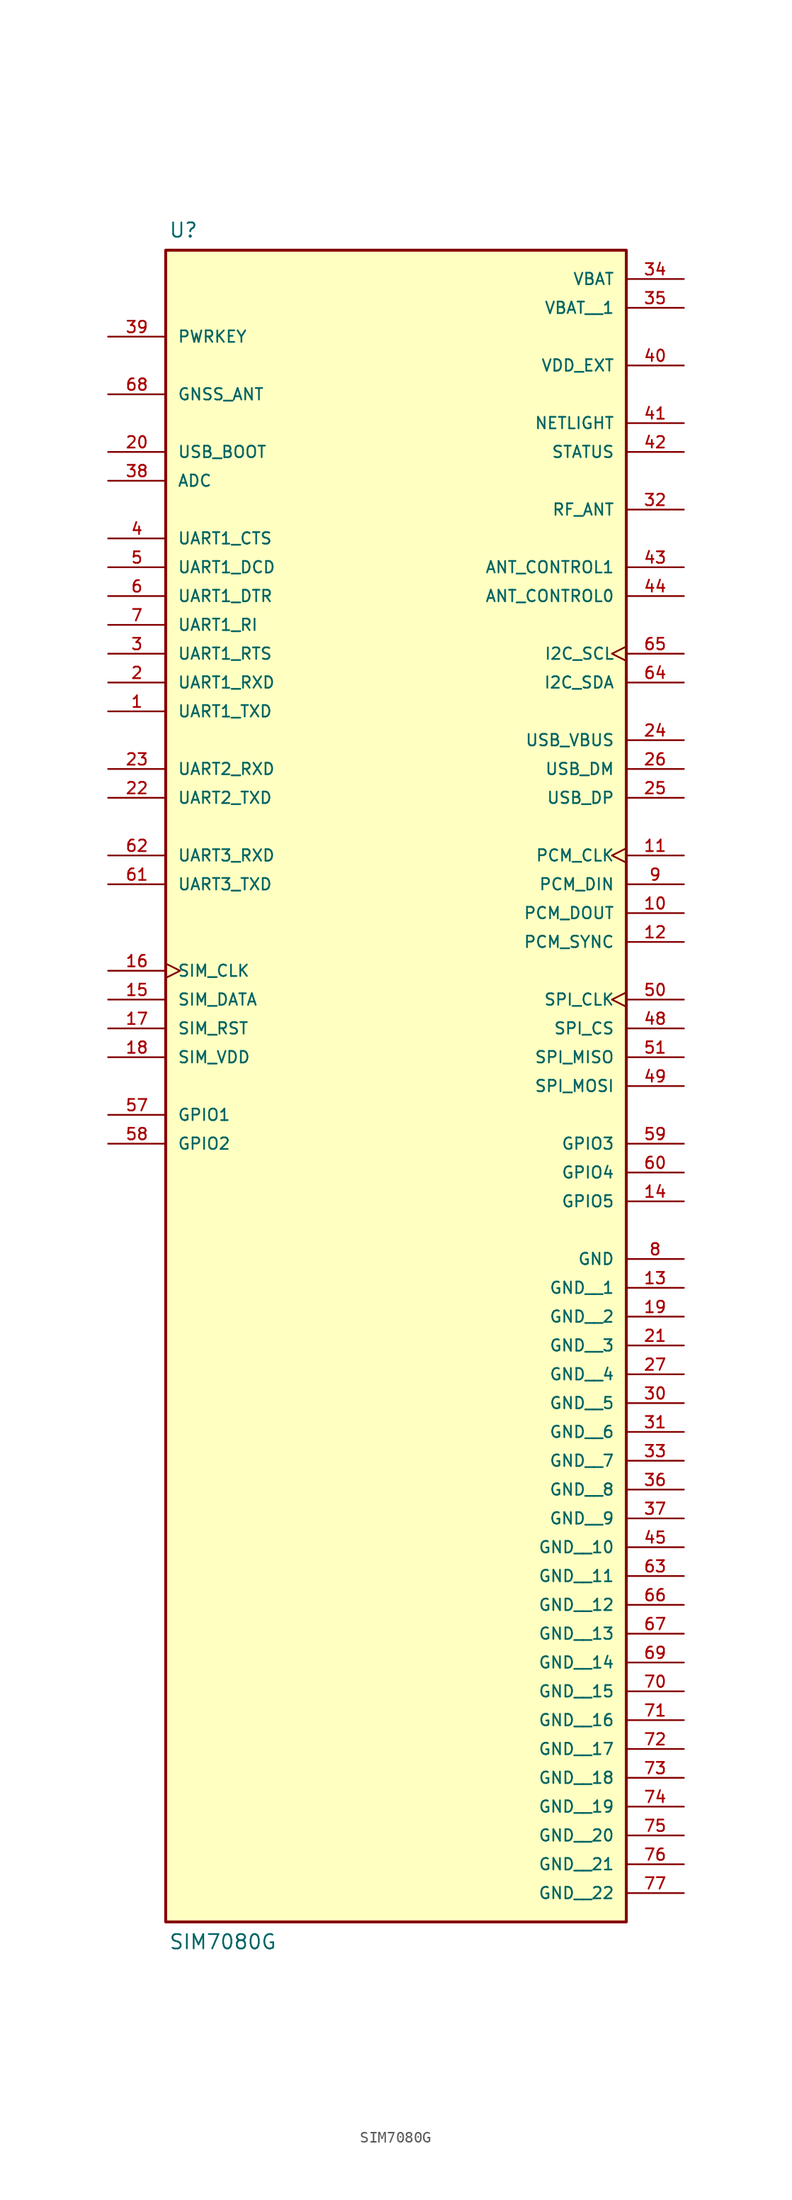
<source format=kicad_sym>
(kicad_symbol_lib
  (version 20231120)
  (generator "kicad_symbol_editor")
  (generator_version "8.0")
  (symbol "SIM7080G"
    (pin_names
      (offset 1.016))
    (property "Reference" "U"
      (at -20.066 44.196 0)
      (effects (font (size 1.27 1.27)) (justify left bottom)))
    (property "Value" "SIM7080G"
      (at -20.066 -105.156 0)
      (effects (font (size 1.27 1.27)) (justify left top)))
    (symbol "SIM7080G_0_0"
      (rectangle (start -20.32 -104.14) (end 20.32 43.18) (stroke (width 0.254) (type default)) (fill (type background)))
      (pin output line (at -25.4 2.54 0) (length 5.08) (name "UART1_TXD" (effects (font (size 1.016 1.016)))) (number "1" (effects (font (size 1.016 1.016)))))
      (pin output line (at 25.4 -15.24 180) (length 5.08) (name "PCM_DOUT" (effects (font (size 1.016 1.016)))) (number "10" (effects (font (size 1.016 1.016)))))
      (pin output clock (at 25.4 -10.16 180) (length 5.08) (name "PCM_CLK" (effects (font (size 1.016 1.016)))) (number "11" (effects (font (size 1.016 1.016)))))
      (pin output line (at 25.4 -17.78 180) (length 5.08) (name "PCM_SYNC" (effects (font (size 1.016 1.016)))) (number "12" (effects (font (size 1.016 1.016)))))
      (pin power_in line (at 25.4 -48.26 180) (length 5.08) (name "GND__1" (effects (font (size 1.016 1.016)))) (number "13" (effects (font (size 1.016 1.016)))))
      (pin bidirectional line (at 25.4 -40.64 180) (length 5.08) (name "GPIO5" (effects (font (size 1.016 1.016)))) (number "14" (effects (font (size 1.016 1.016)))))
      (pin bidirectional line (at -25.4 -22.86 0) (length 5.08) (name "SIM_DATA" (effects (font (size 1.016 1.016)))) (number "15" (effects (font (size 1.016 1.016)))))
      (pin output clock (at -25.4 -20.32 0) (length 5.08) (name "SIM_CLK" (effects (font (size 1.016 1.016)))) (number "16" (effects (font (size 1.016 1.016)))))
      (pin output line (at -25.4 -25.4 0) (length 5.08) (name "SIM_RST" (effects (font (size 1.016 1.016)))) (number "17" (effects (font (size 1.016 1.016)))))
      (pin power_out line (at -25.4 -27.94 0) (length 5.08) (name "SIM_VDD" (effects (font (size 1.016 1.016)))) (number "18" (effects (font (size 1.016 1.016)))))
      (pin power_in line (at 25.4 -50.8 180) (length 5.08) (name "GND__2" (effects (font (size 1.016 1.016)))) (number "19" (effects (font (size 1.016 1.016)))))
      (pin input line (at -25.4 5.08 0) (length 5.08) (name "UART1_RXD" (effects (font (size 1.016 1.016)))) (number "2" (effects (font (size 1.016 1.016)))))
      (pin input line (at -25.4 25.4 0) (length 5.08) (name "USB_BOOT" (effects (font (size 1.016 1.016)))) (number "20" (effects (font (size 1.016 1.016)))))
      (pin power_in line (at 25.4 -53.34 180) (length 5.08) (name "GND__3" (effects (font (size 1.016 1.016)))) (number "21" (effects (font (size 1.016 1.016)))))
      (pin output line (at -25.4 -5.08 0) (length 5.08) (name "UART2_TXD" (effects (font (size 1.016 1.016)))) (number "22" (effects (font (size 1.016 1.016)))))
      (pin input line (at -25.4 -2.54 0) (length 5.08) (name "UART2_RXD" (effects (font (size 1.016 1.016)))) (number "23" (effects (font (size 1.016 1.016)))))
      (pin input line (at 25.4 0 180) (length 5.08) (name "USB_VBUS" (effects (font (size 1.016 1.016)))) (number "24" (effects (font (size 1.016 1.016)))))
      (pin bidirectional line (at 25.4 -5.08 180) (length 5.08) (name "USB_DP" (effects (font (size 1.016 1.016)))) (number "25" (effects (font (size 1.016 1.016)))))
      (pin bidirectional line (at 25.4 -2.54 180) (length 5.08) (name "USB_DM" (effects (font (size 1.016 1.016)))) (number "26" (effects (font (size 1.016 1.016)))))
      (pin power_in line (at 25.4 -55.88 180) (length 5.08) (name "GND__4" (effects (font (size 1.016 1.016)))) (number "27" (effects (font (size 1.016 1.016)))))
      (pin input line (at -25.4 7.62 0) (length 5.08) (name "UART1_RTS" (effects (font (size 1.016 1.016)))) (number "3" (effects (font (size 1.016 1.016)))))
      (pin power_in line (at 25.4 -58.42 180) (length 5.08) (name "GND__5" (effects (font (size 1.016 1.016)))) (number "30" (effects (font (size 1.016 1.016)))))
      (pin power_in line (at 25.4 -60.96 180) (length 5.08) (name "GND__6" (effects (font (size 1.016 1.016)))) (number "31" (effects (font (size 1.016 1.016)))))
      (pin bidirectional line (at 25.4 20.32 180) (length 5.08) (name "RF_ANT" (effects (font (size 1.016 1.016)))) (number "32" (effects (font (size 1.016 1.016)))))
      (pin power_in line (at 25.4 -63.5 180) (length 5.08) (name "GND__7" (effects (font (size 1.016 1.016)))) (number "33" (effects (font (size 1.016 1.016)))))
      (pin power_in line (at 25.4 40.64 180) (length 5.08) (name "VBAT" (effects (font (size 1.016 1.016)))) (number "34" (effects (font (size 1.016 1.016)))))
      (pin power_in line (at 25.4 38.1 180) (length 5.08) (name "VBAT__1" (effects (font (size 1.016 1.016)))) (number "35" (effects (font (size 1.016 1.016)))))
      (pin power_in line (at 25.4 -66.04 180) (length 5.08) (name "GND__8" (effects (font (size 1.016 1.016)))) (number "36" (effects (font (size 1.016 1.016)))))
      (pin power_in line (at 25.4 -68.58 180) (length 5.08) (name "GND__9" (effects (font (size 1.016 1.016)))) (number "37" (effects (font (size 1.016 1.016)))))
      (pin input line (at -25.4 22.86 0) (length 5.08) (name "ADC" (effects (font (size 1.016 1.016)))) (number "38" (effects (font (size 1.016 1.016)))))
      (pin input line (at -25.4 35.56 0) (length 5.08) (name "PWRKEY" (effects (font (size 1.016 1.016)))) (number "39" (effects (font (size 1.016 1.016)))))
      (pin output line (at -25.4 17.78 0) (length 5.08) (name "UART1_CTS" (effects (font (size 1.016 1.016)))) (number "4" (effects (font (size 1.016 1.016)))))
      (pin output line (at 25.4 33.02 180) (length 5.08) (name "VDD_EXT" (effects (font (size 1.016 1.016)))) (number "40" (effects (font (size 1.016 1.016)))))
      (pin output line (at 25.4 27.94 180) (length 5.08) (name "NETLIGHT" (effects (font (size 1.016 1.016)))) (number "41" (effects (font (size 1.016 1.016)))))
      (pin output line (at 25.4 25.4 180) (length 5.08) (name "STATUS" (effects (font (size 1.016 1.016)))) (number "42" (effects (font (size 1.016 1.016)))))
      (pin bidirectional line (at 25.4 15.24 180) (length 5.08) (name "ANT_CONTROL1" (effects (font (size 1.016 1.016)))) (number "43" (effects (font (size 1.016 1.016)))))
      (pin output line (at 25.4 12.7 180) (length 5.08) (name "ANT_CONTROL0" (effects (font (size 1.016 1.016)))) (number "44" (effects (font (size 1.016 1.016)))))
      (pin power_in line (at 25.4 -71.12 180) (length 5.08) (name "GND__10" (effects (font (size 1.016 1.016)))) (number "45" (effects (font (size 1.016 1.016)))))
      (pin output line (at 25.4 -25.4 180) (length 5.08) (name "SPI_CS" (effects (font (size 1.016 1.016)))) (number "48" (effects (font (size 1.016 1.016)))))
      (pin output line (at 25.4 -30.48 180) (length 5.08) (name "SPI_MOSI" (effects (font (size 1.016 1.016)))) (number "49" (effects (font (size 1.016 1.016)))))
      (pin output line (at -25.4 15.24 0) (length 5.08) (name "UART1_DCD" (effects (font (size 1.016 1.016)))) (number "5" (effects (font (size 1.016 1.016)))))
      (pin output clock (at 25.4 -22.86 180) (length 5.08) (name "SPI_CLK" (effects (font (size 1.016 1.016)))) (number "50" (effects (font (size 1.016 1.016)))))
      (pin input line (at 25.4 -27.94 180) (length 5.08) (name "SPI_MISO" (effects (font (size 1.016 1.016)))) (number "51" (effects (font (size 1.016 1.016)))))
      (pin bidirectional line (at -25.4 -33.02 0) (length 5.08) (name "GPIO1" (effects (font (size 1.016 1.016)))) (number "57" (effects (font (size 1.016 1.016)))))
      (pin bidirectional line (at -25.4 -35.56 0) (length 5.08) (name "GPIO2" (effects (font (size 1.016 1.016)))) (number "58" (effects (font (size 1.016 1.016)))))
      (pin bidirectional line (at 25.4 -35.56 180) (length 5.08) (name "GPIO3" (effects (font (size 1.016 1.016)))) (number "59" (effects (font (size 1.016 1.016)))))
      (pin input line (at -25.4 12.7 0) (length 5.08) (name "UART1_DTR" (effects (font (size 1.016 1.016)))) (number "6" (effects (font (size 1.016 1.016)))))
      (pin bidirectional line (at 25.4 -38.1 180) (length 5.08) (name "GPIO4" (effects (font (size 1.016 1.016)))) (number "60" (effects (font (size 1.016 1.016)))))
      (pin output line (at -25.4 -12.7 0) (length 5.08) (name "UART3_TXD" (effects (font (size 1.016 1.016)))) (number "61" (effects (font (size 1.016 1.016)))))
      (pin input line (at -25.4 -10.16 0) (length 5.08) (name "UART3_RXD" (effects (font (size 1.016 1.016)))) (number "62" (effects (font (size 1.016 1.016)))))
      (pin power_in line (at 25.4 -73.66 180) (length 5.08) (name "GND__11" (effects (font (size 1.016 1.016)))) (number "63" (effects (font (size 1.016 1.016)))))
      (pin bidirectional line (at 25.4 5.08 180) (length 5.08) (name "I2C_SDA" (effects (font (size 1.016 1.016)))) (number "64" (effects (font (size 1.016 1.016)))))
      (pin output clock (at 25.4 7.62 180) (length 5.08) (name "I2C_SCL" (effects (font (size 1.016 1.016)))) (number "65" (effects (font (size 1.016 1.016)))))
      (pin power_in line (at 25.4 -76.2 180) (length 5.08) (name "GND__12" (effects (font (size 1.016 1.016)))) (number "66" (effects (font (size 1.016 1.016)))))
      (pin power_in line (at 25.4 -78.74 180) (length 5.08) (name "GND__13" (effects (font (size 1.016 1.016)))) (number "67" (effects (font (size 1.016 1.016)))))
      (pin input line (at -25.4 30.48 0) (length 5.08) (name "GNSS_ANT" (effects (font (size 1.016 1.016)))) (number "68" (effects (font (size 1.016 1.016)))))
      (pin power_in line (at 25.4 -81.28 180) (length 5.08) (name "GND__14" (effects (font (size 1.016 1.016)))) (number "69" (effects (font (size 1.016 1.016)))))
      (pin output line (at -25.4 10.16 0) (length 5.08) (name "UART1_RI" (effects (font (size 1.016 1.016)))) (number "7" (effects (font (size 1.016 1.016)))))
      (pin power_in line (at 25.4 -83.82 180) (length 5.08) (name "GND__15" (effects (font (size 1.016 1.016)))) (number "70" (effects (font (size 1.016 1.016)))))
      (pin power_in line (at 25.4 -86.36 180) (length 5.08) (name "GND__16" (effects (font (size 1.016 1.016)))) (number "71" (effects (font (size 1.016 1.016)))))
      (pin power_in line (at 25.4 -88.9 180) (length 5.08) (name "GND__17" (effects (font (size 1.016 1.016)))) (number "72" (effects (font (size 1.016 1.016)))))
      (pin power_in line (at 25.4 -91.44 180) (length 5.08) (name "GND__18" (effects (font (size 1.016 1.016)))) (number "73" (effects (font (size 1.016 1.016)))))
      (pin power_in line (at 25.4 -93.98 180) (length 5.08) (name "GND__19" (effects (font (size 1.016 1.016)))) (number "74" (effects (font (size 1.016 1.016)))))
      (pin power_in line (at 25.4 -96.52 180) (length 5.08) (name "GND__20" (effects (font (size 1.016 1.016)))) (number "75" (effects (font (size 1.016 1.016)))))
      (pin power_in line (at 25.4 -99.06 180) (length 5.08) (name "GND__21" (effects (font (size 1.016 1.016)))) (number "76" (effects (font (size 1.016 1.016)))))
      (pin power_in line (at 25.4 -101.6 180) (length 5.08) (name "GND__22" (effects (font (size 1.016 1.016)))) (number "77" (effects (font (size 1.016 1.016)))))
      (pin power_in line (at 25.4 -45.72 180) (length 5.08) (name "GND" (effects (font (size 1.016 1.016)))) (number "8" (effects (font (size 1.016 1.016)))))
      (pin input line (at 25.4 -12.7 180) (length 5.08) (name "PCM_DIN" (effects (font (size 1.016 1.016)))) (number "9" (effects (font (size 1.016 1.016))))))))
</source>
